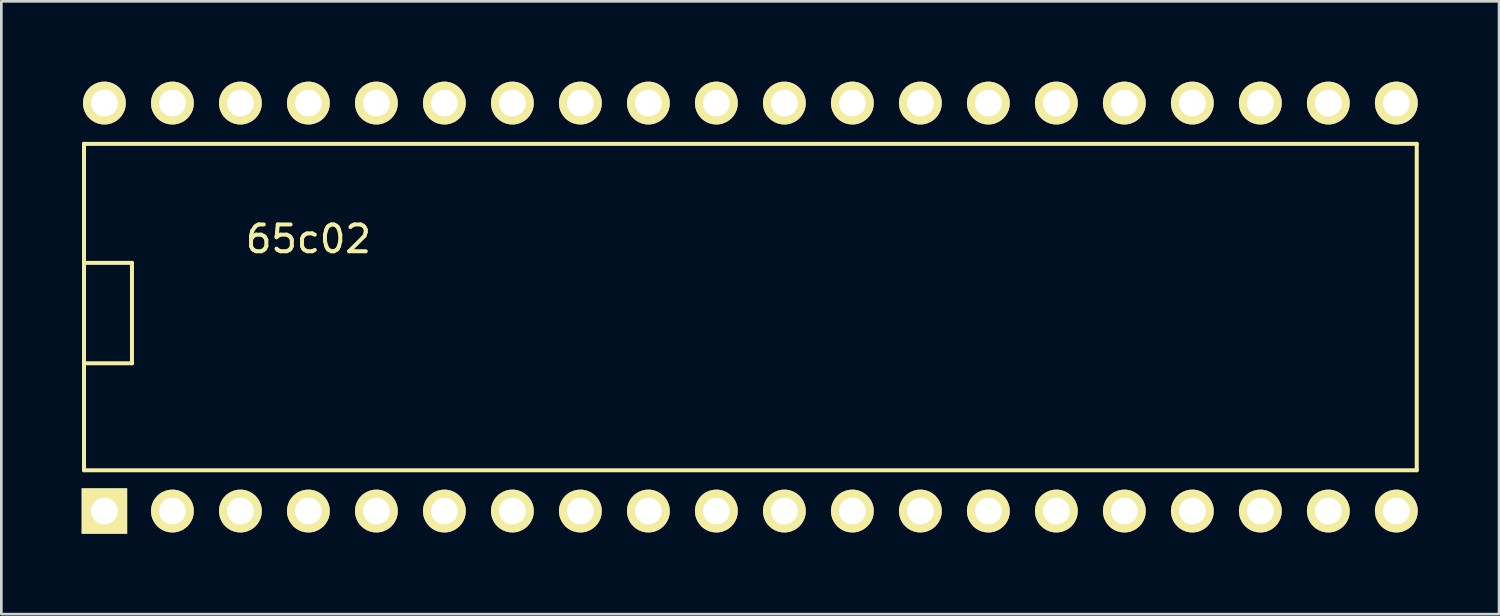
<source format=kicad_pcb>
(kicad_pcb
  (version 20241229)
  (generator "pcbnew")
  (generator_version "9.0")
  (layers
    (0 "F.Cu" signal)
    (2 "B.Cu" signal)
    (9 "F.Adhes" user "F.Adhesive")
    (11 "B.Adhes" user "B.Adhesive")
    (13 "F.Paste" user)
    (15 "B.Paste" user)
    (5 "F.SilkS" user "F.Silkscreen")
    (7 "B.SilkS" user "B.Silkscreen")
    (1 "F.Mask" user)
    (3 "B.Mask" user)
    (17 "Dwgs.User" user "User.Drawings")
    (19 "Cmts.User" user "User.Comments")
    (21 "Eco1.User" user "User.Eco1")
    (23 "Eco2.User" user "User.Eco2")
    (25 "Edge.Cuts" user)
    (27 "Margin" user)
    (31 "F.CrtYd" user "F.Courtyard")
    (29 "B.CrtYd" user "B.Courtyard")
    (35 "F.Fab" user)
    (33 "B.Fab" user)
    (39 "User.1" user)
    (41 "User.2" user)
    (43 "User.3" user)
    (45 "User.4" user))
  (footprint "65c02"
    (layer "F.Cu")
    (at 0.88 16.02)
    (property "Reference" "65c02" (at 7.59 -10.14 0) (layer "F.SilkS") (effects (font (size 1 1) (thickness 0.15))))
    (attr through_hole)
    (fp_line (start -0.792 -13.696) (end 48.992 -13.696) (stroke (width 0.15) (type solid)) (layer "F.SilkS"))
    (fp_line (start -0.792 -1.504) (end -0.792 -13.696) (stroke (width 0.15) (type solid)) (layer "F.SilkS"))
    (fp_line (start -0.75 -9.25) (end 1 -9.25) (stroke (width 0.15) (type solid)) (layer "F.SilkS"))
    (fp_line (start 1 -9.25) (end 1 -5.5) (stroke (width 0.15) (type solid)) (layer "F.SilkS"))
    (fp_line (start 1 -5.5) (end -0.75 -5.5) (stroke (width 0.15) (type solid)) (layer "F.SilkS"))
    (fp_line (start 48.992 -13.696) (end 48.992 -1.504) (stroke (width 0.15) (type solid)) (layer "F.SilkS"))
    (fp_line (start 48.992 -1.504) (end -0.792 -1.504) (stroke (width 0.15) (type solid)) (layer "F.SilkS"))
    (pad "1" thru_hole rect (at -0.03 0.02) (size 1.7 1.7) (drill 1) (layers "*.Cu" "*.Mask" "F.SilkS"))
    (pad "2" thru_hole circle (at 2.51 0.02) (size 1.6 1.6) (drill 1) (layers "*.Cu" "*.Mask" "F.SilkS"))
    (pad "3" thru_hole circle (at 5.05 0.02) (size 1.6 1.6) (drill 1) (layers "*.Cu" "*.Mask" "F.SilkS"))
    (pad "4" thru_hole circle (at 7.59 0.02) (size 1.6 1.6) (drill 1) (layers "*.Cu" "*.Mask" "F.SilkS"))
    (pad "5" thru_hole circle (at 10.13 0.02) (size 1.6 1.6) (drill 1) (layers "*.Cu" "*.Mask" "F.SilkS"))
    (pad "6" thru_hole circle (at 12.67 0.02) (size 1.6 1.6) (drill 1) (layers "*.Cu" "*.Mask" "F.SilkS"))
    (pad "7" thru_hole circle (at 15.21 0.02) (size 1.6 1.6) (drill 1) (layers "*.Cu" "*.Mask" "F.SilkS"))
    (pad "8" thru_hole circle (at 17.75 0.02) (size 1.6 1.6) (drill 1) (layers "*.Cu" "*.Mask" "F.SilkS"))
    (pad "9" thru_hole circle (at 20.29 0.02) (size 1.6 1.6) (drill 1) (layers "*.Cu" "*.Mask" "F.SilkS"))
    (pad "10" thru_hole circle (at 22.83 0.02) (size 1.6 1.6) (drill 1) (layers "*.Cu" "*.Mask" "F.SilkS"))
    (pad "11" thru_hole circle (at 25.37 0.02) (size 1.6 1.6) (drill 1) (layers "*.Cu" "*.Mask" "F.SilkS"))
    (pad "12" thru_hole circle (at 27.91 0.02) (size 1.6 1.6) (drill 1) (layers "*.Cu" "*.Mask" "F.SilkS"))
    (pad "13" thru_hole circle (at 30.45 0.02) (size 1.6 1.6) (drill 1) (layers "*.Cu" "*.Mask" "F.SilkS"))
    (pad "14" thru_hole circle (at 32.99 0.02) (size 1.6 1.6) (drill 1) (layers "*.Cu" "*.Mask" "F.SilkS"))
    (pad "15" thru_hole circle (at 35.53 0.02) (size 1.6 1.6) (drill 1) (layers "*.Cu" "*.Mask" "F.SilkS"))
    (pad "16" thru_hole circle (at 38.07 0.02) (size 1.6 1.6) (drill 1) (layers "*.Cu" "*.Mask" "F.SilkS"))
    (pad "17" thru_hole circle (at 40.61 0.02) (size 1.6 1.6) (drill 1) (layers "*.Cu" "*.Mask" "F.SilkS"))
    (pad "18" thru_hole circle (at 43.15 0.02) (size 1.6 1.6) (drill 1) (layers "*.Cu" "*.Mask" "F.SilkS"))
    (pad "19" thru_hole circle (at 45.69 0.02) (size 1.6 1.6) (drill 1) (layers "*.Cu" "*.Mask" "F.SilkS"))
    (pad "20" thru_hole circle (at 48.23 0.02) (size 1.6 1.6) (drill 1) (layers "*.Cu" "*.Mask" "F.SilkS"))
    (pad "21" thru_hole circle (at 48.23 -15.22) (size 1.6 1.6) (drill 1) (layers "*.Cu" "*.Mask" "F.SilkS"))
    (pad "22" thru_hole circle (at 45.69 -15.22) (size 1.6 1.6) (drill 1) (layers "*.Cu" "*.Mask" "F.SilkS"))
    (pad "23" thru_hole circle (at 43.15 -15.22) (size 1.6 1.6) (drill 1) (layers "*.Cu" "*.Mask" "F.SilkS"))
    (pad "24" thru_hole circle (at 40.61 -15.22) (size 1.6 1.6) (drill 1) (layers "*.Cu" "*.Mask" "F.SilkS"))
    (pad "25" thru_hole circle (at 38.07 -15.22) (size 1.6 1.6) (drill 1) (layers "*.Cu" "*.Mask" "F.SilkS"))
    (pad "26" thru_hole circle (at 35.53 -15.22) (size 1.6 1.6) (drill 1) (layers "*.Cu" "*.Mask" "F.SilkS"))
    (pad "27" thru_hole circle (at 32.99 -15.22) (size 1.6 1.6) (drill 1) (layers "*.Cu" "*.Mask" "F.SilkS"))
    (pad "28" thru_hole circle (at 30.45 -15.22) (size 1.6 1.6) (drill 1) (layers "*.Cu" "*.Mask" "F.SilkS"))
    (pad "29" thru_hole circle (at 27.91 -15.22) (size 1.6 1.6) (drill 1) (layers "*.Cu" "*.Mask" "F.SilkS"))
    (pad "30" thru_hole circle (at 25.37 -15.22) (size 1.6 1.6) (drill 1) (layers "*.Cu" "*.Mask" "F.SilkS"))
    (pad "31" thru_hole circle (at 22.83 -15.22) (size 1.6 1.6) (drill 1) (layers "*.Cu" "*.Mask" "F.SilkS"))
    (pad "32" thru_hole circle (at 20.29 -15.22) (size 1.6 1.6) (drill 1) (layers "*.Cu" "*.Mask" "F.SilkS"))
    (pad "33" thru_hole circle (at 17.75 -15.22) (size 1.6 1.6) (drill 1) (layers "*.Cu" "*.Mask" "F.SilkS"))
    (pad "34" thru_hole circle (at 15.21 -15.22) (size 1.6 1.6) (drill 1) (layers "*.Cu" "*.Mask" "F.SilkS"))
    (pad "35" thru_hole circle (at 12.67 -15.22) (size 1.6 1.6) (drill 1) (layers "*.Cu" "*.Mask" "F.SilkS"))
    (pad "36" thru_hole circle (at 10.13 -15.22) (size 1.6 1.6) (drill 1) (layers "*.Cu" "*.Mask" "F.SilkS"))
    (pad "37" thru_hole circle (at 7.59 -15.22) (size 1.6 1.6) (drill 1) (layers "*.Cu" "*.Mask" "F.SilkS"))
    (pad "38" thru_hole circle (at 5.05 -15.22) (size 1.6 1.6) (drill 1) (layers "*.Cu" "*.Mask" "F.SilkS"))
    (pad "39" thru_hole circle (at 2.51 -15.22) (size 1.6 1.6) (drill 1) (layers "*.Cu" "*.Mask" "F.SilkS"))
    (pad "40" thru_hole circle (at -0.03 -15.22) (size 1.6 1.6) (drill 1) (layers "*.Cu" "*.Mask" "F.SilkS")))
  (gr_rect
    (start -3 -3)
    (end 52.947 19.89)
    (stroke (width 0.1) (type default))
    (fill no)
    (layer "Edge.Cuts")))
</source>
